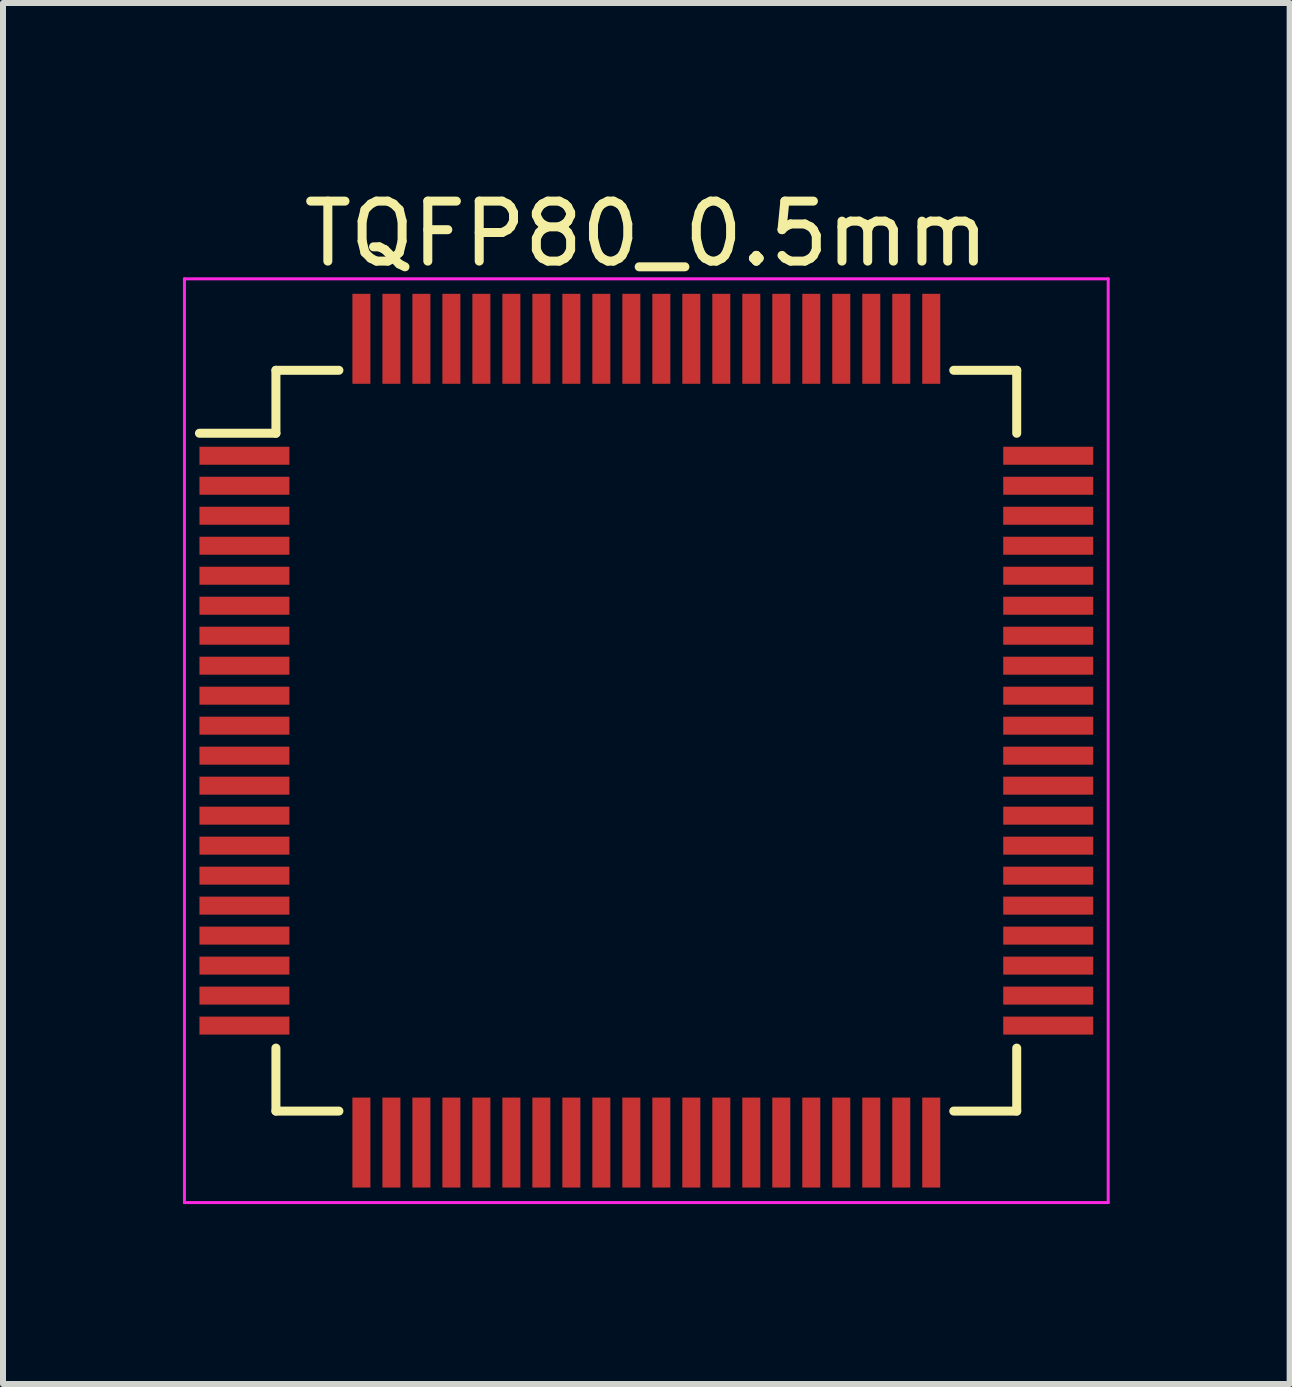
<source format=kicad_pcb>
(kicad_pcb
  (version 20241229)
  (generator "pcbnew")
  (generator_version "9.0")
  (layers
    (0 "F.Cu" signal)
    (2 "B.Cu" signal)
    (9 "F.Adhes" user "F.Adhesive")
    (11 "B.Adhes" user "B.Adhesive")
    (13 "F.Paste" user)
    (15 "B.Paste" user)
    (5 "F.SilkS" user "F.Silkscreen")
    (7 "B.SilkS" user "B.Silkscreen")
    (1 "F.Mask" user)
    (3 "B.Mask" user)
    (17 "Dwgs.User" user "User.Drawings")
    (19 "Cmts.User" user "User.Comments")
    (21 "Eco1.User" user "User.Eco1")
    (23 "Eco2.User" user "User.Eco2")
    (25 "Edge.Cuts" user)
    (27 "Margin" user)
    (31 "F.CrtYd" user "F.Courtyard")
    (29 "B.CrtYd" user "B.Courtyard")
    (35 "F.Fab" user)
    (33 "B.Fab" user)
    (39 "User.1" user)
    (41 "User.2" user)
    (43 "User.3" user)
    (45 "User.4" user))
  (footprint "TQFP80_0.5mm"
    (layer "F.Cu")
    (at 7.725 9.298)
    (property "Reference" "TQFP80_0.5mm" (at 0 -8.45 0) (layer "F.SilkS") (effects (font (size 1 1) (thickness 0.15))))
    (attr smd)
    (fp_line (start -6.175 -6.175) (end -6.175 -5.125) (stroke (width 0.15) (type solid)) (layer "F.SilkS"))
    (fp_line (start -6.175 -6.175) (end -5.125 -6.175) (stroke (width 0.15) (type solid)) (layer "F.SilkS"))
    (fp_line (start -6.175 -5.125) (end -7.45 -5.125) (stroke (width 0.15) (type solid)) (layer "F.SilkS"))
    (fp_line (start -6.175 6.175) (end -6.175 5.125) (stroke (width 0.15) (type solid)) (layer "F.SilkS"))
    (fp_line (start -6.175 6.175) (end -5.125 6.175) (stroke (width 0.15) (type solid)) (layer "F.SilkS"))
    (fp_line (start 6.175 -6.175) (end 5.125 -6.175) (stroke (width 0.15) (type solid)) (layer "F.SilkS"))
    (fp_line (start 6.175 -6.175) (end 6.175 -5.125) (stroke (width 0.15) (type solid)) (layer "F.SilkS"))
    (fp_line (start 6.175 6.175) (end 5.125 6.175) (stroke (width 0.15) (type solid)) (layer "F.SilkS"))
    (fp_line (start 6.175 6.175) (end 6.175 5.125) (stroke (width 0.15) (type solid)) (layer "F.SilkS"))
    (fp_line (start -7.7 -7.7) (end -7.7 7.7) (stroke (width 0.05) (type solid)) (layer "F.CrtYd"))
    (fp_line (start -7.7 -7.7) (end 7.7 -7.7) (stroke (width 0.05) (type solid)) (layer "F.CrtYd"))
    (fp_line (start -7.7 7.7) (end 7.7 7.7) (stroke (width 0.05) (type solid)) (layer "F.CrtYd"))
    (fp_line (start 7.7 -7.7) (end 7.7 7.7) (stroke (width 0.05) (type solid)) (layer "F.CrtYd"))
    (pad "1" smd rect (at -6.7 -4.75) (size 1.5 0.3) (layers "F.Cu" "F.Mask" "F.Paste"))
    (pad "2" smd rect (at -6.7 -4.25) (size 1.5 0.3) (layers "F.Cu" "F.Mask" "F.Paste"))
    (pad "3" smd rect (at -6.7 -3.75) (size 1.5 0.3) (layers "F.Cu" "F.Mask" "F.Paste"))
    (pad "4" smd rect (at -6.7 -3.25) (size 1.5 0.3) (layers "F.Cu" "F.Mask" "F.Paste"))
    (pad "5" smd rect (at -6.7 -2.75) (size 1.5 0.3) (layers "F.Cu" "F.Mask" "F.Paste"))
    (pad "6" smd rect (at -6.7 -2.25) (size 1.5 0.3) (layers "F.Cu" "F.Mask" "F.Paste"))
    (pad "7" smd rect (at -6.7 -1.75) (size 1.5 0.3) (layers "F.Cu" "F.Mask" "F.Paste"))
    (pad "8" smd rect (at -6.7 -1.25) (size 1.5 0.3) (layers "F.Cu" "F.Mask" "F.Paste"))
    (pad "9" smd rect (at -6.7 -0.75) (size 1.5 0.3) (layers "F.Cu" "F.Mask" "F.Paste"))
    (pad "10" smd rect (at -6.7 -0.25) (size 1.5 0.3) (layers "F.Cu" "F.Mask" "F.Paste"))
    (pad "11" smd rect (at -6.7 0.25) (size 1.5 0.3) (layers "F.Cu" "F.Mask" "F.Paste"))
    (pad "12" smd rect (at -6.7 0.75) (size 1.5 0.3) (layers "F.Cu" "F.Mask" "F.Paste"))
    (pad "13" smd rect (at -6.7 1.25) (size 1.5 0.3) (layers "F.Cu" "F.Mask" "F.Paste"))
    (pad "14" smd rect (at -6.7 1.75) (size 1.5 0.3) (layers "F.Cu" "F.Mask" "F.Paste"))
    (pad "15" smd rect (at -6.7 2.25) (size 1.5 0.3) (layers "F.Cu" "F.Mask" "F.Paste"))
    (pad "16" smd rect (at -6.7 2.75) (size 1.5 0.3) (layers "F.Cu" "F.Mask" "F.Paste"))
    (pad "17" smd rect (at -6.7 3.25) (size 1.5 0.3) (layers "F.Cu" "F.Mask" "F.Paste"))
    (pad "18" smd rect (at -6.7 3.75) (size 1.5 0.3) (layers "F.Cu" "F.Mask" "F.Paste"))
    (pad "19" smd rect (at -6.7 4.25) (size 1.5 0.3) (layers "F.Cu" "F.Mask" "F.Paste"))
    (pad "20" smd rect (at -6.7 4.75) (size 1.5 0.3) (layers "F.Cu" "F.Mask" "F.Paste"))
    (pad "21" smd rect (at -4.75 6.7 90) (size 1.5 0.3) (layers "F.Cu" "F.Mask" "F.Paste"))
    (pad "22" smd rect (at -4.25 6.7 90) (size 1.5 0.3) (layers "F.Cu" "F.Mask" "F.Paste"))
    (pad "23" smd rect (at -3.75 6.7 90) (size 1.5 0.3) (layers "F.Cu" "F.Mask" "F.Paste"))
    (pad "24" smd rect (at -3.25 6.7 90) (size 1.5 0.3) (layers "F.Cu" "F.Mask" "F.Paste"))
    (pad "25" smd rect (at -2.75 6.7 90) (size 1.5 0.3) (layers "F.Cu" "F.Mask" "F.Paste"))
    (pad "26" smd rect (at -2.25 6.7 90) (size 1.5 0.3) (layers "F.Cu" "F.Mask" "F.Paste"))
    (pad "27" smd rect (at -1.75 6.7 90) (size 1.5 0.3) (layers "F.Cu" "F.Mask" "F.Paste"))
    (pad "28" smd rect (at -1.25 6.7 90) (size 1.5 0.3) (layers "F.Cu" "F.Mask" "F.Paste"))
    (pad "29" smd rect (at -0.75 6.7 90) (size 1.5 0.3) (layers "F.Cu" "F.Mask" "F.Paste"))
    (pad "30" smd rect (at -0.25 6.7 90) (size 1.5 0.3) (layers "F.Cu" "F.Mask" "F.Paste"))
    (pad "31" smd rect (at 0.25 6.7 90) (size 1.5 0.3) (layers "F.Cu" "F.Mask" "F.Paste"))
    (pad "32" smd rect (at 0.75 6.7 90) (size 1.5 0.3) (layers "F.Cu" "F.Mask" "F.Paste"))
    (pad "33" smd rect (at 1.25 6.7 90) (size 1.5 0.3) (layers "F.Cu" "F.Mask" "F.Paste"))
    (pad "34" smd rect (at 1.75 6.7 90) (size 1.5 0.3) (layers "F.Cu" "F.Mask" "F.Paste"))
    (pad "35" smd rect (at 2.25 6.7 90) (size 1.5 0.3) (layers "F.Cu" "F.Mask" "F.Paste"))
    (pad "36" smd rect (at 2.75 6.7 90) (size 1.5 0.3) (layers "F.Cu" "F.Mask" "F.Paste"))
    (pad "37" smd rect (at 3.25 6.7 90) (size 1.5 0.3) (layers "F.Cu" "F.Mask" "F.Paste"))
    (pad "38" smd rect (at 3.75 6.7 90) (size 1.5 0.3) (layers "F.Cu" "F.Mask" "F.Paste"))
    (pad "39" smd rect (at 4.25 6.7 90) (size 1.5 0.3) (layers "F.Cu" "F.Mask" "F.Paste"))
    (pad "40" smd rect (at 4.75 6.7 90) (size 1.5 0.3) (layers "F.Cu" "F.Mask" "F.Paste"))
    (pad "41" smd rect (at 6.7 4.75) (size 1.5 0.3) (layers "F.Cu" "F.Mask" "F.Paste"))
    (pad "42" smd rect (at 6.7 4.25) (size 1.5 0.3) (layers "F.Cu" "F.Mask" "F.Paste"))
    (pad "43" smd rect (at 6.7 3.75) (size 1.5 0.3) (layers "F.Cu" "F.Mask" "F.Paste"))
    (pad "44" smd rect (at 6.7 3.25) (size 1.5 0.3) (layers "F.Cu" "F.Mask" "F.Paste"))
    (pad "45" smd rect (at 6.7 2.75) (size 1.5 0.3) (layers "F.Cu" "F.Mask" "F.Paste"))
    (pad "46" smd rect (at 6.7 2.25) (size 1.5 0.3) (layers "F.Cu" "F.Mask" "F.Paste"))
    (pad "47" smd rect (at 6.7 1.75) (size 1.5 0.3) (layers "F.Cu" "F.Mask" "F.Paste"))
    (pad "48" smd rect (at 6.7 1.25) (size 1.5 0.3) (layers "F.Cu" "F.Mask" "F.Paste"))
    (pad "49" smd rect (at 6.7 0.75) (size 1.5 0.3) (layers "F.Cu" "F.Mask" "F.Paste"))
    (pad "50" smd rect (at 6.7 0.25) (size 1.5 0.3) (layers "F.Cu" "F.Mask" "F.Paste"))
    (pad "51" smd rect (at 6.7 -0.25) (size 1.5 0.3) (layers "F.Cu" "F.Mask" "F.Paste"))
    (pad "52" smd rect (at 6.7 -0.75) (size 1.5 0.3) (layers "F.Cu" "F.Mask" "F.Paste"))
    (pad "53" smd rect (at 6.7 -1.25) (size 1.5 0.3) (layers "F.Cu" "F.Mask" "F.Paste"))
    (pad "54" smd rect (at 6.7 -1.75) (size 1.5 0.3) (layers "F.Cu" "F.Mask" "F.Paste"))
    (pad "55" smd rect (at 6.7 -2.25) (size 1.5 0.3) (layers "F.Cu" "F.Mask" "F.Paste"))
    (pad "56" smd rect (at 6.7 -2.75) (size 1.5 0.3) (layers "F.Cu" "F.Mask" "F.Paste"))
    (pad "57" smd rect (at 6.7 -3.25) (size 1.5 0.3) (layers "F.Cu" "F.Mask" "F.Paste"))
    (pad "58" smd rect (at 6.7 -3.75) (size 1.5 0.3) (layers "F.Cu" "F.Mask" "F.Paste"))
    (pad "59" smd rect (at 6.7 -4.25) (size 1.5 0.3) (layers "F.Cu" "F.Mask" "F.Paste"))
    (pad "60" smd rect (at 6.7 -4.75) (size 1.5 0.3) (layers "F.Cu" "F.Mask" "F.Paste"))
    (pad "61" smd rect (at 4.75 -6.7 90) (size 1.5 0.3) (layers "F.Cu" "F.Mask" "F.Paste"))
    (pad "62" smd rect (at 4.25 -6.7 90) (size 1.5 0.3) (layers "F.Cu" "F.Mask" "F.Paste"))
    (pad "63" smd rect (at 3.75 -6.7 90) (size 1.5 0.3) (layers "F.Cu" "F.Mask" "F.Paste"))
    (pad "64" smd rect (at 3.25 -6.7 90) (size 1.5 0.3) (layers "F.Cu" "F.Mask" "F.Paste"))
    (pad "65" smd rect (at 2.75 -6.7 90) (size 1.5 0.3) (layers "F.Cu" "F.Mask" "F.Paste"))
    (pad "66" smd rect (at 2.25 -6.7 90) (size 1.5 0.3) (layers "F.Cu" "F.Mask" "F.Paste"))
    (pad "67" smd rect (at 1.75 -6.7 90) (size 1.5 0.3) (layers "F.Cu" "F.Mask" "F.Paste"))
    (pad "68" smd rect (at 1.25 -6.7 90) (size 1.5 0.3) (layers "F.Cu" "F.Mask" "F.Paste"))
    (pad "69" smd rect (at 0.75 -6.7 90) (size 1.5 0.3) (layers "F.Cu" "F.Mask" "F.Paste"))
    (pad "70" smd rect (at 0.25 -6.7 90) (size 1.5 0.3) (layers "F.Cu" "F.Mask" "F.Paste"))
    (pad "71" smd rect (at -0.25 -6.7 90) (size 1.5 0.3) (layers "F.Cu" "F.Mask" "F.Paste"))
    (pad "72" smd rect (at -0.75 -6.7 90) (size 1.5 0.3) (layers "F.Cu" "F.Mask" "F.Paste"))
    (pad "73" smd rect (at -1.25 -6.7 90) (size 1.5 0.3) (layers "F.Cu" "F.Mask" "F.Paste"))
    (pad "74" smd rect (at -1.75 -6.7 90) (size 1.5 0.3) (layers "F.Cu" "F.Mask" "F.Paste"))
    (pad "75" smd rect (at -2.25 -6.7 90) (size 1.5 0.3) (layers "F.Cu" "F.Mask" "F.Paste"))
    (pad "76" smd rect (at -2.75 -6.7 90) (size 1.5 0.3) (layers "F.Cu" "F.Mask" "F.Paste"))
    (pad "77" smd rect (at -3.25 -6.7 90) (size 1.5 0.3) (layers "F.Cu" "F.Mask" "F.Paste"))
    (pad "78" smd rect (at -3.75 -6.7 90) (size 1.5 0.3) (layers "F.Cu" "F.Mask" "F.Paste"))
    (pad "79" smd rect (at -4.25 -6.7 90) (size 1.5 0.3) (layers "F.Cu" "F.Mask" "F.Paste"))
    (pad "80" smd rect (at -4.75 -6.7 90) (size 1.5 0.3) (layers "F.Cu" "F.Mask" "F.Paste")))
  (gr_rect
    (start -3 -3)
    (end 18.45 20.023)
    (stroke (width 0.1) (type default))
    (fill no)
    (layer "Edge.Cuts")))
</source>
